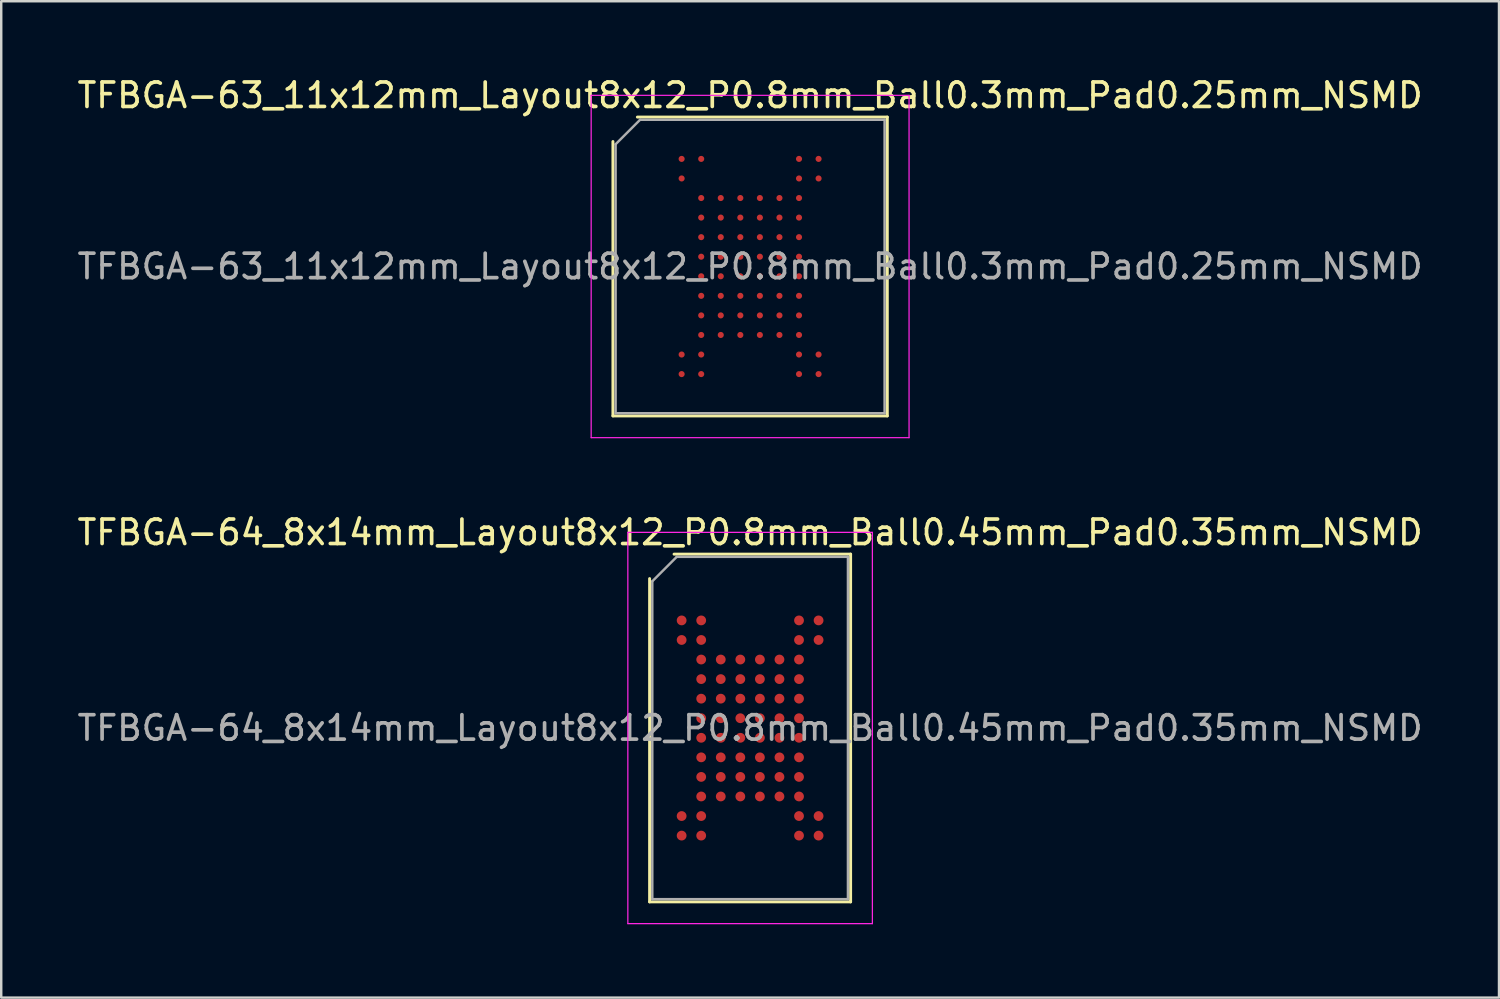
<source format=kicad_pcb>
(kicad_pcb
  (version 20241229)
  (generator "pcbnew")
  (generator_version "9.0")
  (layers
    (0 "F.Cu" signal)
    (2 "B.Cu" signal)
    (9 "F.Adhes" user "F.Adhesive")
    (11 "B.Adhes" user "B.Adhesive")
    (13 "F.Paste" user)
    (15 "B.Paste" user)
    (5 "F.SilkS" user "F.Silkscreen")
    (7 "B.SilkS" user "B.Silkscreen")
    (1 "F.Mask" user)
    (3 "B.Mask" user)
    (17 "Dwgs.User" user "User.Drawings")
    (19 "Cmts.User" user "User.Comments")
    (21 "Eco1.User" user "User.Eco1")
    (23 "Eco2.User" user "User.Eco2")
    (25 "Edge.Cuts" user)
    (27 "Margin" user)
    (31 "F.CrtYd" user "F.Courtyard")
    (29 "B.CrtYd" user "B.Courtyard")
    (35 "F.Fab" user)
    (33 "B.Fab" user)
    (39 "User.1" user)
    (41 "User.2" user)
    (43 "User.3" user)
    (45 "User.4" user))
  (footprint "TFBGA-64_8x14mm_Layout8x12_P0.8mm_Ball0.45mm_Pad0.35mm_NSMD"
    (layer "F.Cu")
    (at 27.625 26.721)
    (property "Reference" "TFBGA-64_8x14mm_Layout8x12_P0.8mm_Ball0.45mm_Pad0.35mm_NSMD" (at 0 -8 0) (layer "F.SilkS") (effects (font (size 1 1) (thickness 0.15))))
    (attr smd)
    (fp_line (start -4.11 7.11) (end -4.11 -6.11) (stroke (width 0.12) (type solid)) (layer "F.SilkS"))
    (fp_line (start -3.11 -7.11) (end 4.11 -7.11) (stroke (width 0.12) (type solid)) (layer "F.SilkS"))
    (fp_line (start 4.11 -7.11) (end 4.11 7.11) (stroke (width 0.12) (type solid)) (layer "F.SilkS"))
    (fp_line (start 4.11 7.11) (end -4.11 7.11) (stroke (width 0.12) (type solid)) (layer "F.SilkS"))
    (fp_line (start -5 -8) (end -5 8) (stroke (width 0.05) (type solid)) (layer "F.CrtYd"))
    (fp_line (start -5 8) (end 5 8) (stroke (width 0.05) (type solid)) (layer "F.CrtYd"))
    (fp_line (start 5 -8) (end -5 -8) (stroke (width 0.05) (type solid)) (layer "F.CrtYd"))
    (fp_line (start 5 8) (end 5 -8) (stroke (width 0.05) (type solid)) (layer "F.CrtYd"))
    (fp_line (start -4 -6) (end -3 -7) (stroke (width 0.1) (type solid)) (layer "F.Fab"))
    (fp_line (start -4 7) (end -4 -6) (stroke (width 0.1) (type solid)) (layer "F.Fab"))
    (fp_line (start -3 -7) (end 4 -7) (stroke (width 0.1) (type solid)) (layer "F.Fab"))
    (fp_line (start 4 -7) (end 4 7) (stroke (width 0.1) (type solid)) (layer "F.Fab"))
    (fp_line (start 4 7) (end -4 7) (stroke (width 0.1) (type solid)) (layer "F.Fab"))
    (fp_text user "${REFERENCE}" (at 0 0 0) (layer "F.Fab") (effects (font (size 1 1) (thickness 0.15))))
    (pad "A1" smd circle (at -2.8 -4.4) (size 0.4 0.4) (layers "F.Cu" "F.Mask" "F.Paste"))
    (pad "A2" smd circle (at -2 -4.4) (size 0.4 0.4) (layers "F.Cu" "F.Mask" "F.Paste"))
    (pad "A7" smd circle (at 2 -4.4) (size 0.4 0.4) (layers "F.Cu" "F.Mask" "F.Paste"))
    (pad "A8" smd circle (at 2.8 -4.4) (size 0.4 0.4) (layers "F.Cu" "F.Mask" "F.Paste"))
    (pad "B1" smd circle (at -2.8 -3.6) (size 0.4 0.4) (layers "F.Cu" "F.Mask" "F.Paste"))
    (pad "B2" smd circle (at -2 -3.6) (size 0.4 0.4) (layers "F.Cu" "F.Mask" "F.Paste"))
    (pad "B7" smd circle (at 2 -3.6) (size 0.4 0.4) (layers "F.Cu" "F.Mask" "F.Paste"))
    (pad "B8" smd circle (at 2.8 -3.6) (size 0.4 0.4) (layers "F.Cu" "F.Mask" "F.Paste"))
    (pad "C2" smd circle (at -2 -2.8) (size 0.4 0.4) (layers "F.Cu" "F.Mask" "F.Paste"))
    (pad "C3" smd circle (at -1.2 -2.8) (size 0.4 0.4) (layers "F.Cu" "F.Mask" "F.Paste"))
    (pad "C4" smd circle (at -0.4 -2.8) (size 0.4 0.4) (layers "F.Cu" "F.Mask" "F.Paste"))
    (pad "C5" smd circle (at 0.4 -2.8) (size 0.4 0.4) (layers "F.Cu" "F.Mask" "F.Paste"))
    (pad "C6" smd circle (at 1.2 -2.8) (size 0.4 0.4) (layers "F.Cu" "F.Mask" "F.Paste"))
    (pad "C7" smd circle (at 2 -2.8) (size 0.4 0.4) (layers "F.Cu" "F.Mask" "F.Paste"))
    (pad "D2" smd circle (at -2 -2) (size 0.4 0.4) (layers "F.Cu" "F.Mask" "F.Paste"))
    (pad "D3" smd circle (at -1.2 -2) (size 0.4 0.4) (layers "F.Cu" "F.Mask" "F.Paste"))
    (pad "D4" smd circle (at -0.4 -2) (size 0.4 0.4) (layers "F.Cu" "F.Mask" "F.Paste"))
    (pad "D5" smd circle (at 0.4 -2) (size 0.4 0.4) (layers "F.Cu" "F.Mask" "F.Paste"))
    (pad "D6" smd circle (at 1.2 -2) (size 0.4 0.4) (layers "F.Cu" "F.Mask" "F.Paste"))
    (pad "D7" smd circle (at 2 -2) (size 0.4 0.4) (layers "F.Cu" "F.Mask" "F.Paste"))
    (pad "E2" smd circle (at -2 -1.2) (size 0.4 0.4) (layers "F.Cu" "F.Mask" "F.Paste"))
    (pad "E3" smd circle (at -1.2 -1.2) (size 0.4 0.4) (layers "F.Cu" "F.Mask" "F.Paste"))
    (pad "E4" smd circle (at -0.4 -1.2) (size 0.4 0.4) (layers "F.Cu" "F.Mask" "F.Paste"))
    (pad "E5" smd circle (at 0.4 -1.2) (size 0.4 0.4) (layers "F.Cu" "F.Mask" "F.Paste"))
    (pad "E6" smd circle (at 1.2 -1.2) (size 0.4 0.4) (layers "F.Cu" "F.Mask" "F.Paste"))
    (pad "E7" smd circle (at 2 -1.2) (size 0.4 0.4) (layers "F.Cu" "F.Mask" "F.Paste"))
    (pad "F2" smd circle (at -2 -0.4) (size 0.4 0.4) (layers "F.Cu" "F.Mask" "F.Paste"))
    (pad "F3" smd circle (at -1.2 -0.4) (size 0.4 0.4) (layers "F.Cu" "F.Mask" "F.Paste"))
    (pad "F4" smd circle (at -0.4 -0.4) (size 0.4 0.4) (layers "F.Cu" "F.Mask" "F.Paste"))
    (pad "F5" smd circle (at 0.4 -0.4) (size 0.4 0.4) (layers "F.Cu" "F.Mask" "F.Paste"))
    (pad "F6" smd circle (at 1.2 -0.4) (size 0.4 0.4) (layers "F.Cu" "F.Mask" "F.Paste"))
    (pad "F7" smd circle (at 2 -0.4) (size 0.4 0.4) (layers "F.Cu" "F.Mask" "F.Paste"))
    (pad "G2" smd circle (at -2 0.4) (size 0.4 0.4) (layers "F.Cu" "F.Mask" "F.Paste"))
    (pad "G3" smd circle (at -1.2 0.4) (size 0.4 0.4) (layers "F.Cu" "F.Mask" "F.Paste"))
    (pad "G4" smd circle (at -0.4 0.4) (size 0.4 0.4) (layers "F.Cu" "F.Mask" "F.Paste"))
    (pad "G5" smd circle (at 0.4 0.4) (size 0.4 0.4) (layers "F.Cu" "F.Mask" "F.Paste"))
    (pad "G6" smd circle (at 1.2 0.4) (size 0.4 0.4) (layers "F.Cu" "F.Mask" "F.Paste"))
    (pad "G7" smd circle (at 2 0.4) (size 0.4 0.4) (layers "F.Cu" "F.Mask" "F.Paste"))
    (pad "H2" smd circle (at -2 1.2) (size 0.4 0.4) (layers "F.Cu" "F.Mask" "F.Paste"))
    (pad "H3" smd circle (at -1.2 1.2) (size 0.4 0.4) (layers "F.Cu" "F.Mask" "F.Paste"))
    (pad "H4" smd circle (at -0.4 1.2) (size 0.4 0.4) (layers "F.Cu" "F.Mask" "F.Paste"))
    (pad "H5" smd circle (at 0.4 1.2) (size 0.4 0.4) (layers "F.Cu" "F.Mask" "F.Paste"))
    (pad "H6" smd circle (at 1.2 1.2) (size 0.4 0.4) (layers "F.Cu" "F.Mask" "F.Paste"))
    (pad "H7" smd circle (at 2 1.2) (size 0.4 0.4) (layers "F.Cu" "F.Mask" "F.Paste"))
    (pad "J2" smd circle (at -2 2) (size 0.4 0.4) (layers "F.Cu" "F.Mask" "F.Paste"))
    (pad "J3" smd circle (at -1.2 2) (size 0.4 0.4) (layers "F.Cu" "F.Mask" "F.Paste"))
    (pad "J4" smd circle (at -0.4 2) (size 0.4 0.4) (layers "F.Cu" "F.Mask" "F.Paste"))
    (pad "J5" smd circle (at 0.4 2) (size 0.4 0.4) (layers "F.Cu" "F.Mask" "F.Paste"))
    (pad "J6" smd circle (at 1.2 2) (size 0.4 0.4) (layers "F.Cu" "F.Mask" "F.Paste"))
    (pad "J7" smd circle (at 2 2) (size 0.4 0.4) (layers "F.Cu" "F.Mask" "F.Paste"))
    (pad "K2" smd circle (at -2 2.8) (size 0.4 0.4) (layers "F.Cu" "F.Mask" "F.Paste"))
    (pad "K3" smd circle (at -1.2 2.8) (size 0.4 0.4) (layers "F.Cu" "F.Mask" "F.Paste"))
    (pad "K4" smd circle (at -0.4 2.8) (size 0.4 0.4) (layers "F.Cu" "F.Mask" "F.Paste"))
    (pad "K5" smd circle (at 0.4 2.8) (size 0.4 0.4) (layers "F.Cu" "F.Mask" "F.Paste"))
    (pad "K6" smd circle (at 1.2 2.8) (size 0.4 0.4) (layers "F.Cu" "F.Mask" "F.Paste"))
    (pad "K7" smd circle (at 2 2.8) (size 0.4 0.4) (layers "F.Cu" "F.Mask" "F.Paste"))
    (pad "L1" smd circle (at -2.8 3.6) (size 0.4 0.4) (layers "F.Cu" "F.Mask" "F.Paste"))
    (pad "L2" smd circle (at -2 3.6) (size 0.4 0.4) (layers "F.Cu" "F.Mask" "F.Paste"))
    (pad "L7" smd circle (at 2 3.6) (size 0.4 0.4) (layers "F.Cu" "F.Mask" "F.Paste"))
    (pad "L8" smd circle (at 2.8 3.6) (size 0.4 0.4) (layers "F.Cu" "F.Mask" "F.Paste"))
    (pad "M1" smd circle (at -2.8 4.4) (size 0.4 0.4) (layers "F.Cu" "F.Mask" "F.Paste"))
    (pad "M2" smd circle (at -2 4.4) (size 0.4 0.4) (layers "F.Cu" "F.Mask" "F.Paste"))
    (pad "M7" smd circle (at 2 4.4) (size 0.4 0.4) (layers "F.Cu" "F.Mask" "F.Paste"))
    (pad "M8" smd circle (at 2.8 4.4) (size 0.4 0.4) (layers "F.Cu" "F.Mask" "F.Paste")))
  (footprint "TFBGA-63_11x12mm_Layout8x12_P0.8mm_Ball0.3mm_Pad0.25mm_NSMD"
    (layer "F.Cu")
    (at 27.625 7.848)
    (property "Reference" "TFBGA-63_11x12mm_Layout8x12_P0.8mm_Ball0.3mm_Pad0.25mm_NSMD" (at 0 -7 0) (layer "F.SilkS") (effects (font (size 1 1) (thickness 0.15))))
    (attr smd)
    (fp_line (start -5.61 6.11) (end -5.61 -5.11) (stroke (width 0.12) (type solid)) (layer "F.SilkS"))
    (fp_line (start -4.61 -6.11) (end 5.61 -6.11) (stroke (width 0.12) (type solid)) (layer "F.SilkS"))
    (fp_line (start 5.61 -6.11) (end 5.61 6.11) (stroke (width 0.12) (type solid)) (layer "F.SilkS"))
    (fp_line (start 5.61 6.11) (end -5.61 6.11) (stroke (width 0.12) (type solid)) (layer "F.SilkS"))
    (fp_line (start -6.5 -7) (end -6.5 7) (stroke (width 0.05) (type solid)) (layer "F.CrtYd"))
    (fp_line (start -6.5 7) (end 6.5 7) (stroke (width 0.05) (type solid)) (layer "F.CrtYd"))
    (fp_line (start 6.5 -7) (end -6.5 -7) (stroke (width 0.05) (type solid)) (layer "F.CrtYd"))
    (fp_line (start 6.5 7) (end 6.5 -7) (stroke (width 0.05) (type solid)) (layer "F.CrtYd"))
    (fp_line (start -5.5 -5) (end -4.5 -6) (stroke (width 0.1) (type solid)) (layer "F.Fab"))
    (fp_line (start -5.5 6) (end -5.5 -5) (stroke (width 0.1) (type solid)) (layer "F.Fab"))
    (fp_line (start -4.5 -6) (end 5.5 -6) (stroke (width 0.1) (type solid)) (layer "F.Fab"))
    (fp_line (start 5.5 -6) (end 5.5 6) (stroke (width 0.1) (type solid)) (layer "F.Fab"))
    (fp_line (start 5.5 6) (end -5.5 6) (stroke (width 0.1) (type solid)) (layer "F.Fab"))
    (fp_text user "${REFERENCE}" (at 0 0 0) (layer "F.Fab") (effects (font (size 1 1) (thickness 0.15))))
    (pad "A1" smd circle (at -2.8 -4.4) (size 0.25 0.25) (layers "F.Cu" "F.Mask" "F.Paste"))
    (pad "A2" smd circle (at -2 -4.4) (size 0.25 0.25) (layers "F.Cu" "F.Mask" "F.Paste"))
    (pad "A7" smd circle (at 2 -4.4) (size 0.25 0.25) (layers "F.Cu" "F.Mask" "F.Paste"))
    (pad "A8" smd circle (at 2.8 -4.4) (size 0.25 0.25) (layers "F.Cu" "F.Mask" "F.Paste"))
    (pad "B1" smd circle (at -2.8 -3.6) (size 0.25 0.25) (layers "F.Cu" "F.Mask" "F.Paste"))
    (pad "B7" smd circle (at 2 -3.6) (size 0.25 0.25) (layers "F.Cu" "F.Mask" "F.Paste"))
    (pad "B8" smd circle (at 2.8 -3.6) (size 0.25 0.25) (layers "F.Cu" "F.Mask" "F.Paste"))
    (pad "C2" smd circle (at -2 -2.8) (size 0.25 0.25) (layers "F.Cu" "F.Mask" "F.Paste"))
    (pad "C3" smd circle (at -1.2 -2.8) (size 0.25 0.25) (layers "F.Cu" "F.Mask" "F.Paste"))
    (pad "C4" smd circle (at -0.4 -2.8) (size 0.25 0.25) (layers "F.Cu" "F.Mask" "F.Paste"))
    (pad "C5" smd circle (at 0.4 -2.8) (size 0.25 0.25) (layers "F.Cu" "F.Mask" "F.Paste"))
    (pad "C6" smd circle (at 1.2 -2.8) (size 0.25 0.25) (layers "F.Cu" "F.Mask" "F.Paste"))
    (pad "C7" smd circle (at 2 -2.8) (size 0.25 0.25) (layers "F.Cu" "F.Mask" "F.Paste"))
    (pad "D2" smd circle (at -2 -2) (size 0.25 0.25) (layers "F.Cu" "F.Mask" "F.Paste"))
    (pad "D3" smd circle (at -1.2 -2) (size 0.25 0.25) (layers "F.Cu" "F.Mask" "F.Paste"))
    (pad "D4" smd circle (at -0.4 -2) (size 0.25 0.25) (layers "F.Cu" "F.Mask" "F.Paste"))
    (pad "D5" smd circle (at 0.4 -2) (size 0.25 0.25) (layers "F.Cu" "F.Mask" "F.Paste"))
    (pad "D6" smd circle (at 1.2 -2) (size 0.25 0.25) (layers "F.Cu" "F.Mask" "F.Paste"))
    (pad "D7" smd circle (at 2 -2) (size 0.25 0.25) (layers "F.Cu" "F.Mask" "F.Paste"))
    (pad "E2" smd circle (at -2 -1.2) (size 0.25 0.25) (layers "F.Cu" "F.Mask" "F.Paste"))
    (pad "E3" smd circle (at -1.2 -1.2) (size 0.25 0.25) (layers "F.Cu" "F.Mask" "F.Paste"))
    (pad "E4" smd circle (at -0.4 -1.2) (size 0.25 0.25) (layers "F.Cu" "F.Mask" "F.Paste"))
    (pad "E5" smd circle (at 0.4 -1.2) (size 0.25 0.25) (layers "F.Cu" "F.Mask" "F.Paste"))
    (pad "E6" smd circle (at 1.2 -1.2) (size 0.25 0.25) (layers "F.Cu" "F.Mask" "F.Paste"))
    (pad "E7" smd circle (at 2 -1.2) (size 0.25 0.25) (layers "F.Cu" "F.Mask" "F.Paste"))
    (pad "F2" smd circle (at -2 -0.4) (size 0.25 0.25) (layers "F.Cu" "F.Mask" "F.Paste"))
    (pad "F3" smd circle (at -1.2 -0.4) (size 0.25 0.25) (layers "F.Cu" "F.Mask" "F.Paste"))
    (pad "F4" smd circle (at -0.4 -0.4) (size 0.25 0.25) (layers "F.Cu" "F.Mask" "F.Paste"))
    (pad "F5" smd circle (at 0.4 -0.4) (size 0.25 0.25) (layers "F.Cu" "F.Mask" "F.Paste"))
    (pad "F6" smd circle (at 1.2 -0.4) (size 0.25 0.25) (layers "F.Cu" "F.Mask" "F.Paste"))
    (pad "F7" smd circle (at 2 -0.4) (size 0.25 0.25) (layers "F.Cu" "F.Mask" "F.Paste"))
    (pad "G2" smd circle (at -2 0.4) (size 0.25 0.25) (layers "F.Cu" "F.Mask" "F.Paste"))
    (pad "G3" smd circle (at -1.2 0.4) (size 0.25 0.25) (layers "F.Cu" "F.Mask" "F.Paste"))
    (pad "G4" smd circle (at -0.4 0.4) (size 0.25 0.25) (layers "F.Cu" "F.Mask" "F.Paste"))
    (pad "G5" smd circle (at 0.4 0.4) (size 0.25 0.25) (layers "F.Cu" "F.Mask" "F.Paste"))
    (pad "G6" smd circle (at 1.2 0.4) (size 0.25 0.25) (layers "F.Cu" "F.Mask" "F.Paste"))
    (pad "G7" smd circle (at 2 0.4) (size 0.25 0.25) (layers "F.Cu" "F.Mask" "F.Paste"))
    (pad "H2" smd circle (at -2 1.2) (size 0.25 0.25) (layers "F.Cu" "F.Mask" "F.Paste"))
    (pad "H3" smd circle (at -1.2 1.2) (size 0.25 0.25) (layers "F.Cu" "F.Mask" "F.Paste"))
    (pad "H4" smd circle (at -0.4 1.2) (size 0.25 0.25) (layers "F.Cu" "F.Mask" "F.Paste"))
    (pad "H5" smd circle (at 0.4 1.2) (size 0.25 0.25) (layers "F.Cu" "F.Mask" "F.Paste"))
    (pad "H6" smd circle (at 1.2 1.2) (size 0.25 0.25) (layers "F.Cu" "F.Mask" "F.Paste"))
    (pad "H7" smd circle (at 2 1.2) (size 0.25 0.25) (layers "F.Cu" "F.Mask" "F.Paste"))
    (pad "J2" smd circle (at -2 2) (size 0.25 0.25) (layers "F.Cu" "F.Mask" "F.Paste"))
    (pad "J3" smd circle (at -1.2 2) (size 0.25 0.25) (layers "F.Cu" "F.Mask" "F.Paste"))
    (pad "J4" smd circle (at -0.4 2) (size 0.25 0.25) (layers "F.Cu" "F.Mask" "F.Paste"))
    (pad "J5" smd circle (at 0.4 2) (size 0.25 0.25) (layers "F.Cu" "F.Mask" "F.Paste"))
    (pad "J6" smd circle (at 1.2 2) (size 0.25 0.25) (layers "F.Cu" "F.Mask" "F.Paste"))
    (pad "J7" smd circle (at 2 2) (size 0.25 0.25) (layers "F.Cu" "F.Mask" "F.Paste"))
    (pad "K2" smd circle (at -2 2.8) (size 0.25 0.25) (layers "F.Cu" "F.Mask" "F.Paste"))
    (pad "K3" smd circle (at -1.2 2.8) (size 0.25 0.25) (layers "F.Cu" "F.Mask" "F.Paste"))
    (pad "K4" smd circle (at -0.4 2.8) (size 0.25 0.25) (layers "F.Cu" "F.Mask" "F.Paste"))
    (pad "K5" smd circle (at 0.4 2.8) (size 0.25 0.25) (layers "F.Cu" "F.Mask" "F.Paste"))
    (pad "K6" smd circle (at 1.2 2.8) (size 0.25 0.25) (layers "F.Cu" "F.Mask" "F.Paste"))
    (pad "K7" smd circle (at 2 2.8) (size 0.25 0.25) (layers "F.Cu" "F.Mask" "F.Paste"))
    (pad "L1" smd circle (at -2.8 3.6) (size 0.25 0.25) (layers "F.Cu" "F.Mask" "F.Paste"))
    (pad "L2" smd circle (at -2 3.6) (size 0.25 0.25) (layers "F.Cu" "F.Mask" "F.Paste"))
    (pad "L7" smd circle (at 2 3.6) (size 0.25 0.25) (layers "F.Cu" "F.Mask" "F.Paste"))
    (pad "L8" smd circle (at 2.8 3.6) (size 0.25 0.25) (layers "F.Cu" "F.Mask" "F.Paste"))
    (pad "M1" smd circle (at -2.8 4.4) (size 0.25 0.25) (layers "F.Cu" "F.Mask" "F.Paste"))
    (pad "M2" smd circle (at -2 4.4) (size 0.25 0.25) (layers "F.Cu" "F.Mask" "F.Paste"))
    (pad "M7" smd circle (at 2 4.4) (size 0.25 0.25) (layers "F.Cu" "F.Mask" "F.Paste"))
    (pad "M8" smd circle (at 2.8 4.4) (size 0.25 0.25) (layers "F.Cu" "F.Mask" "F.Paste")))
  (gr_rect
    (start -3 -3)
    (end 58.25 37.746)
    (stroke (width 0.1) (type default))
    (fill no)
    (layer "Edge.Cuts")))
</source>
